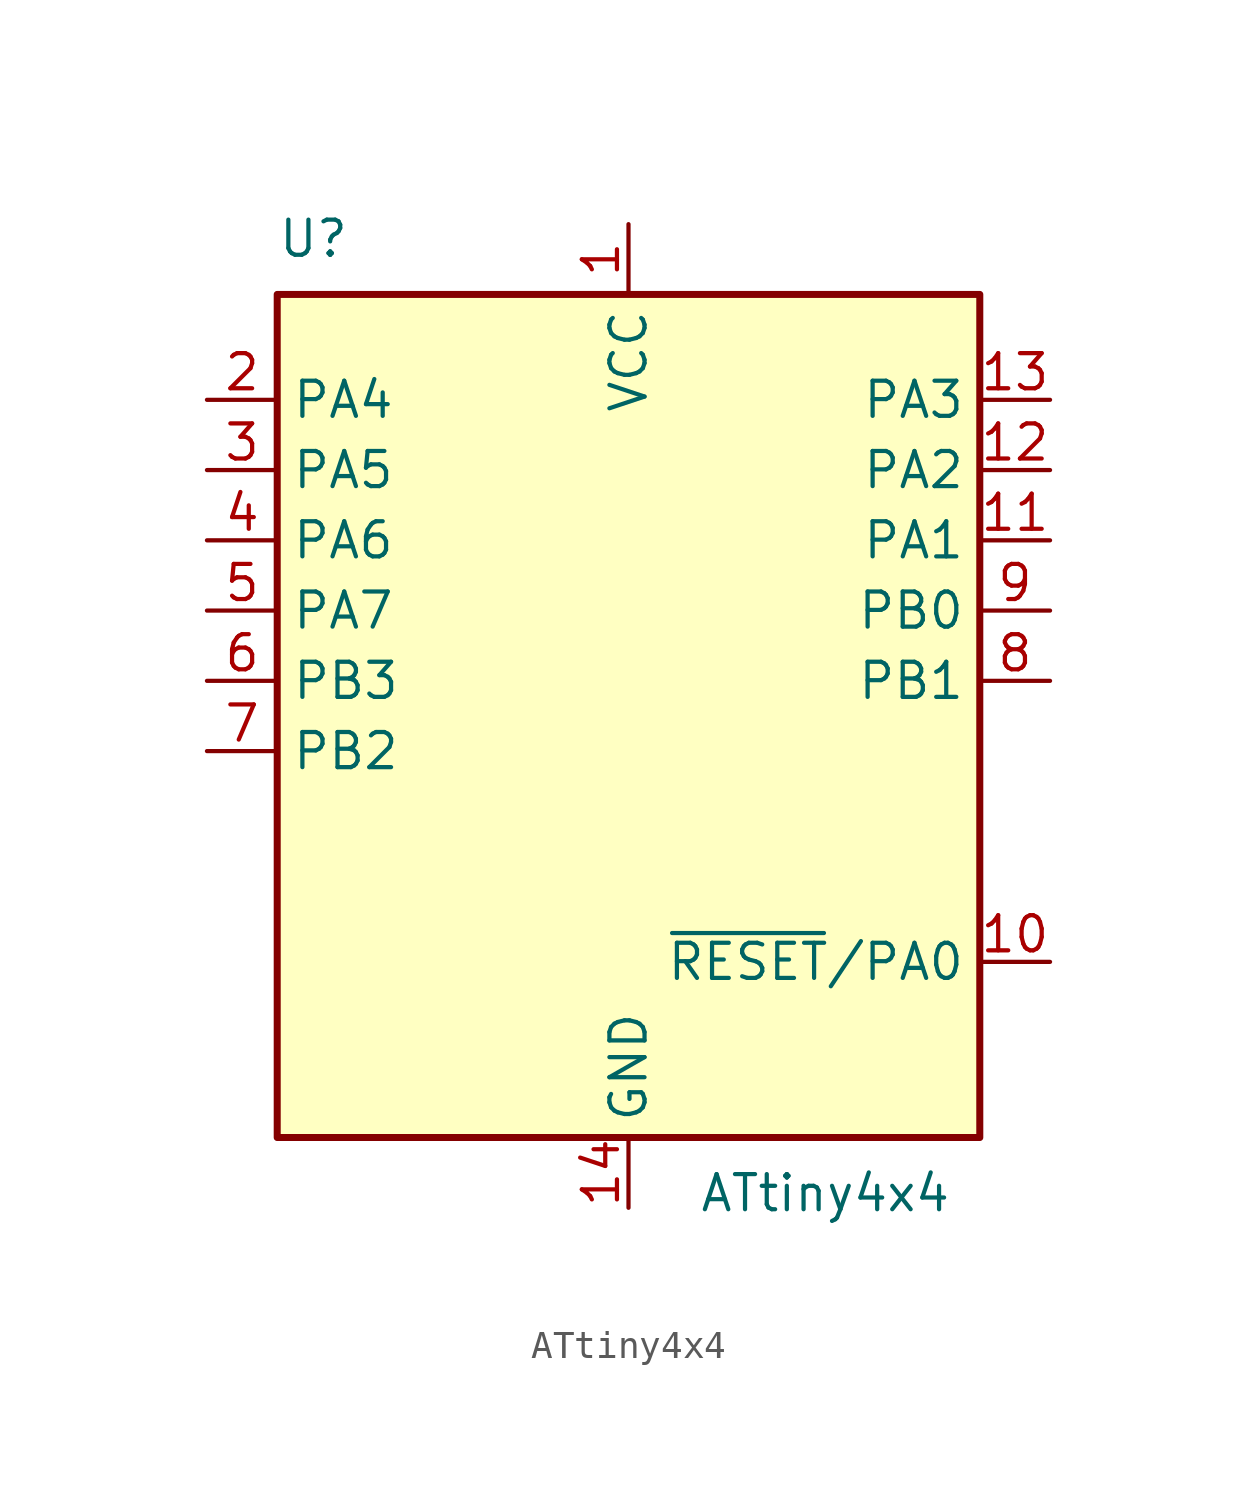
<source format=kicad_sym>
(kicad_symbol_lib
  (version 20211014)
  (generator kicad_symbol_editor)
  (symbol "ATtiny4x4"
    (property "Reference" "U"
      (at -12.7 16.51 0)
      (effects (font (size 1.27 1.27)) (justify left bottom)))
    (property "Value" "ATtiny4x4"
      (at 2.54 -16.51 0)
      (effects (font (size 1.27 1.27)) (justify left top)))
    (symbol "ATtiny4x4_0_1"
      (rectangle (start -12.7 -15.24) (end 12.7 15.24) (stroke (width 0.254) (type default) (color 0 0 0 0)) (fill (type background))))
    (symbol "ATtiny4x4_1_1"
      (pin power_in line (at 0 17.78 270) (length 2.54) (name "VCC" (effects (font (size 1.27 1.27)))) (number "1" (effects (font (size 1.27 1.27)))))
      (pin bidirectional line (at 15.24 -8.89 180) (length 2.54) (name "~{RESET}/PA0" (effects (font (size 1.27 1.27)))) (number "10" (effects (font (size 1.27 1.27)))))
      (pin bidirectional line (at 15.24 6.35 180) (length 2.54) (name "PA1" (effects (font (size 1.27 1.27)))) (number "11" (effects (font (size 1.27 1.27)))))
      (pin bidirectional line (at 15.24 8.89 180) (length 2.54) (name "PA2" (effects (font (size 1.27 1.27)))) (number "12" (effects (font (size 1.27 1.27)))))
      (pin bidirectional line (at 15.24 11.43 180) (length 2.54) (name "PA3" (effects (font (size 1.27 1.27)))) (number "13" (effects (font (size 1.27 1.27)))))
      (pin power_in line (at 0 -17.78 90) (length 2.54) (name "GND" (effects (font (size 1.27 1.27)))) (number "14" (effects (font (size 1.27 1.27)))))
      (pin bidirectional line (at -15.24 11.43 0) (length 2.54) (name "PA4" (effects (font (size 1.27 1.27)))) (number "2" (effects (font (size 1.27 1.27)))))
      (pin bidirectional line (at -15.24 8.89 0) (length 2.54) (name "PA5" (effects (font (size 1.27 1.27)))) (number "3" (effects (font (size 1.27 1.27)))))
      (pin bidirectional line (at -15.24 6.35 0) (length 2.54) (name "PA6" (effects (font (size 1.27 1.27)))) (number "4" (effects (font (size 1.27 1.27)))))
      (pin bidirectional line (at -15.24 3.81 0) (length 2.54) (name "PA7" (effects (font (size 1.27 1.27)))) (number "5" (effects (font (size 1.27 1.27)))))
      (pin bidirectional line (at -15.24 1.27 0) (length 2.54) (name "PB3" (effects (font (size 1.27 1.27)))) (number "6" (effects (font (size 1.27 1.27)))))
      (pin bidirectional line (at -15.24 -1.27 0) (length 2.54) (name "PB2" (effects (font (size 1.27 1.27)))) (number "7" (effects (font (size 1.27 1.27)))))
      (pin bidirectional line (at 15.24 1.27 180) (length 2.54) (name "PB1" (effects (font (size 1.27 1.27)))) (number "8" (effects (font (size 1.27 1.27)))))
      (pin bidirectional line (at 15.24 3.81 180) (length 2.54) (name "PB0" (effects (font (size 1.27 1.27)))) (number "9" (effects (font (size 1.27 1.27))))))))
</source>
